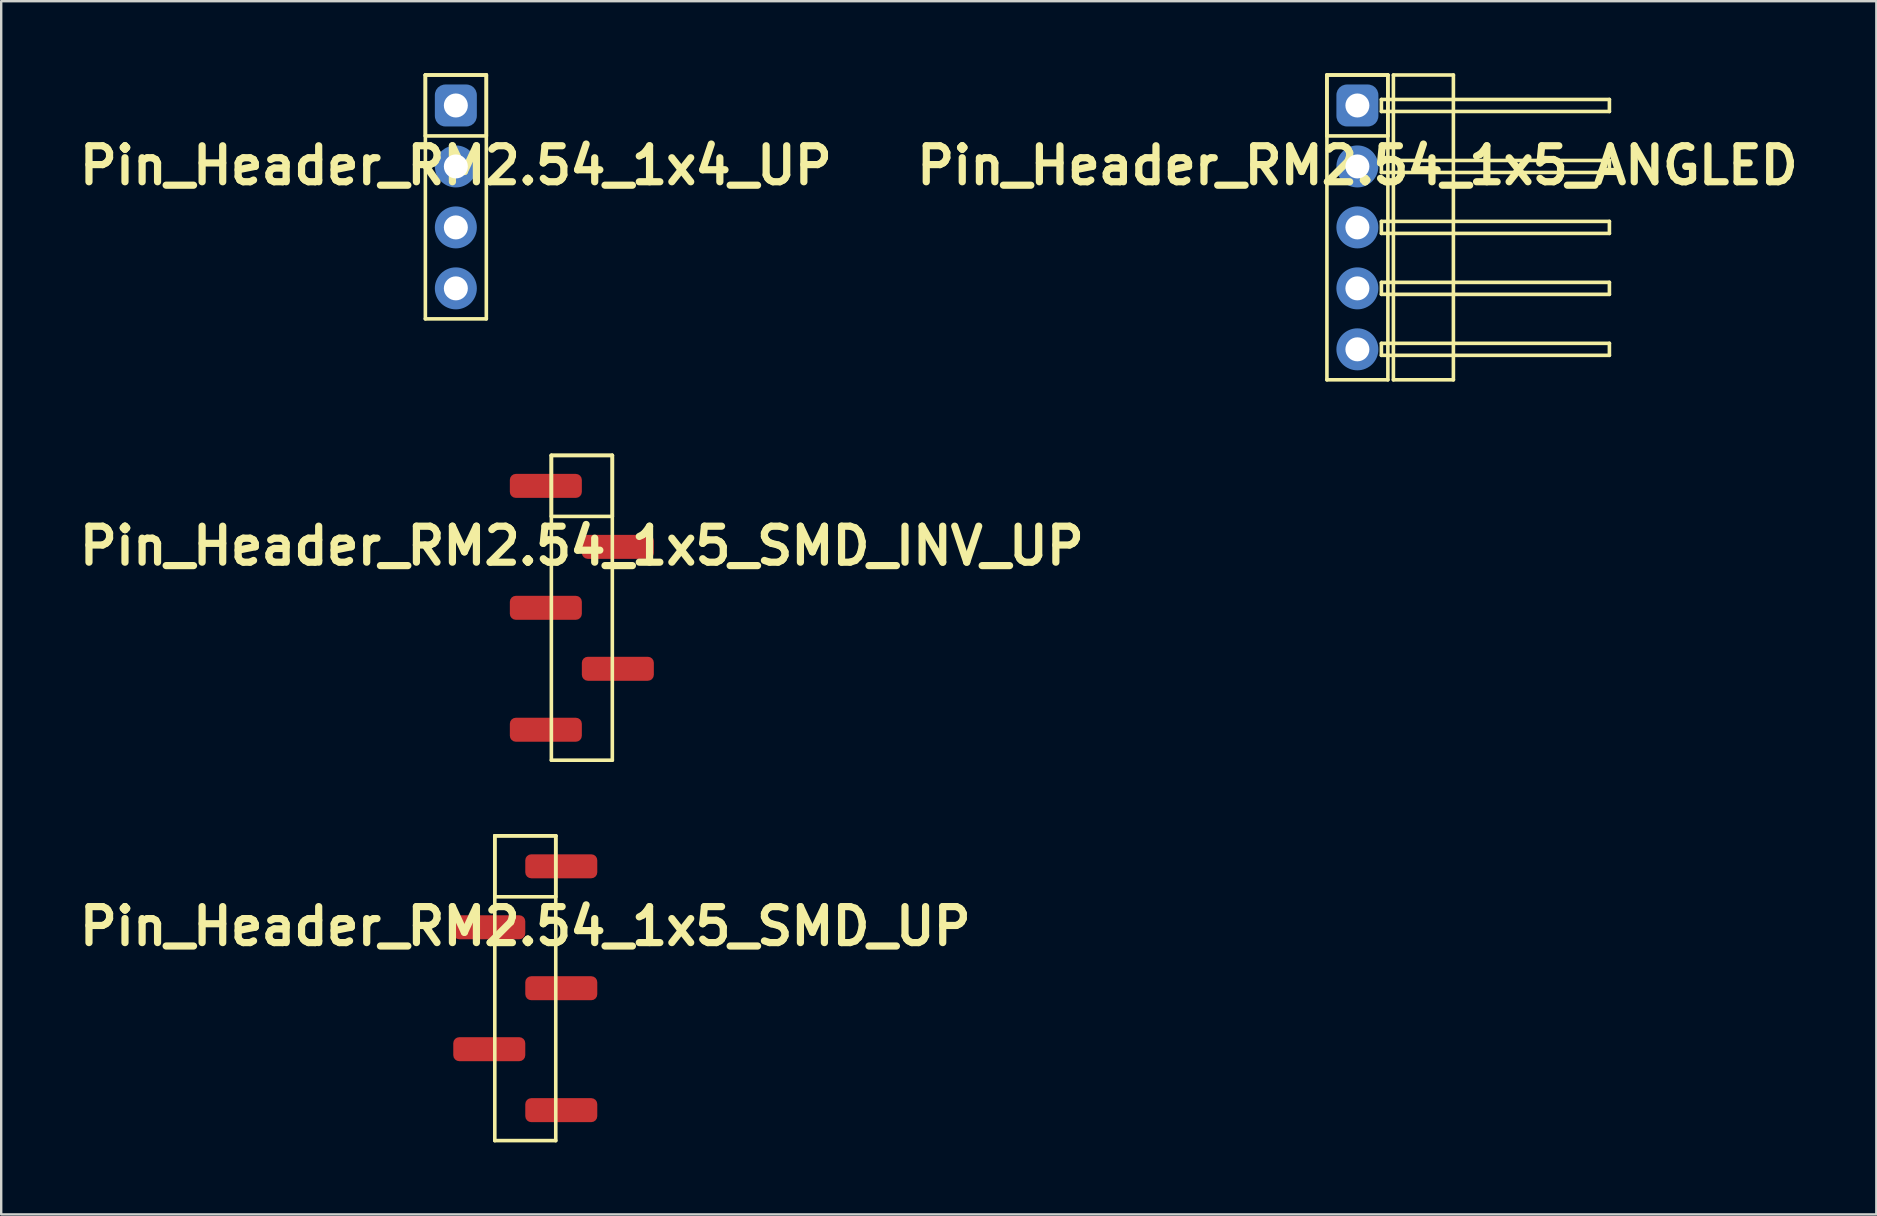
<source format=kicad_pcb>
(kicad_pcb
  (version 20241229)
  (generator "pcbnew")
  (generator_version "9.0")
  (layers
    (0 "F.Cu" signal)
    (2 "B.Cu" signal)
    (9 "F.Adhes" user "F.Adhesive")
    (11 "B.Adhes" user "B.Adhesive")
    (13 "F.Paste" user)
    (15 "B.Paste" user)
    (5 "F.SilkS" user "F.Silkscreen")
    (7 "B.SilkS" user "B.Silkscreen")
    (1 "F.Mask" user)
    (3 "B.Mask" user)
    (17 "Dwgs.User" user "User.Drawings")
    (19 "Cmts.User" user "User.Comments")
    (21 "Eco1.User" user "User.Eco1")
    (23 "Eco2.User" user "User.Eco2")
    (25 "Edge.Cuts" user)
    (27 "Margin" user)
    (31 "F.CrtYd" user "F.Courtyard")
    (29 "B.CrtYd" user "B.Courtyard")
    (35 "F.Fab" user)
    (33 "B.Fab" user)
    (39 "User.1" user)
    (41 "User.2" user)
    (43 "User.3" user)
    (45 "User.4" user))
  (footprint "Pin_Header_RM2.54_1x4_UP"
    (layer "F.Cu")
    (at 15.943 1.345)
    (property "Reference" "Pin_Header_RM2.54_1x4_UP" (at 0 2.5 0) (layer "F.SilkS") (effects (font (size 1.5 1.5) (thickness 0.3))))
    (attr through_hole)
    (fp_line (start -1.27 -1.27) (end 1.27 -1.27) (stroke (width 0.15) (type solid)) (layer "F.SilkS"))
    (fp_line (start -1.27 -1.27) (end 1.27 -1.27) (stroke (width 0.15) (type solid)) (layer "F.SilkS"))
    (fp_line (start -1.27 1.27) (end -1.27 -1.27) (stroke (width 0.15) (type solid)) (layer "F.SilkS"))
    (fp_line (start -1.27 8.89) (end -1.27 -1.27) (stroke (width 0.15) (type solid)) (layer "F.SilkS"))
    (fp_line (start 1.27 -1.27) (end 1.27 1.27) (stroke (width 0.15) (type solid)) (layer "F.SilkS"))
    (fp_line (start 1.27 -1.27) (end 1.27 8.89) (stroke (width 0.15) (type solid)) (layer "F.SilkS"))
    (fp_line (start 1.27 1.27) (end -1.27 1.27) (stroke (width 0.15) (type solid)) (layer "F.SilkS"))
    (fp_line (start 1.27 8.89) (end -1.27 8.89) (stroke (width 0.15) (type solid)) (layer "F.SilkS"))
    (pad "1" thru_hole circle (at 0 0) (size 1.3 1.3) (drill 1) (layers "*.Cu" "*.Mask"))
    (pad "1" smd roundrect (at 0 0) (size 1.5 1.5) (layers "F.Cu" "F.Mask") (roundrect_rratio 0.25))
    (pad "1" smd roundrect (at 0 0) (size 1.75 1.75) (layers "B.Cu" "B.Mask") (roundrect_rratio 0.25))
    (pad "2" thru_hole circle (at 0 2.54) (size 1.3 1.3) (drill 1) (layers "*.Cu" "*.Mask"))
    (pad "2" smd circle (at 0 2.54) (size 1.5 1.5) (layers "F.Cu" "F.Mask"))
    (pad "2" smd circle (at 0 2.54) (size 1.75 1.75) (layers "B.Cu" "B.Mask"))
    (pad "3" thru_hole circle (at 0 5.08) (size 1.3 1.3) (drill 1) (layers "*.Cu" "*.Mask"))
    (pad "3" smd circle (at 0 5.08) (size 1.5 1.5) (layers "F.Cu" "F.Mask"))
    (pad "3" smd circle (at 0 5.08) (size 1.75 1.75) (layers "B.Cu" "B.Mask"))
    (pad "4" thru_hole circle (at 0 7.62) (size 1.3 1.3) (drill 1) (layers "*.Cu" "*.Mask"))
    (pad "4" smd circle (at 0 7.62) (size 1.5 1.5) (layers "F.Cu" "F.Mask"))
    (pad "4" smd circle (at 0 7.62) (size 1.75 1.75) (layers "B.Cu" "B.Mask")))
  (footprint "Pin_Header_RM2.54_1x5_SMD_INV_UP"
    (layer "F.Cu")
    (at 21.193 17.195)
    (property "Reference" "Pin_Header_RM2.54_1x5_SMD_INV_UP" (at 0 2.5 0) (layer "F.SilkS") (effects (font (size 1.5 1.5) (thickness 0.3))))
    (attr through_hole)
    (fp_line (start -1.27 -1.27) (end 1.27 -1.27) (stroke (width 0.15) (type solid)) (layer "F.SilkS"))
    (fp_line (start -1.27 -1.27) (end 1.27 -1.27) (stroke (width 0.15) (type solid)) (layer "F.SilkS"))
    (fp_line (start -1.27 1.27) (end -1.27 -1.27) (stroke (width 0.15) (type solid)) (layer "F.SilkS"))
    (fp_line (start -1.27 11.43) (end -1.27 -1.27) (stroke (width 0.15) (type solid)) (layer "F.SilkS"))
    (fp_line (start 1.27 -1.27) (end 1.27 1.27) (stroke (width 0.15) (type solid)) (layer "F.SilkS"))
    (fp_line (start 1.27 -1.27) (end 1.27 11.43) (stroke (width 0.15) (type solid)) (layer "F.SilkS"))
    (fp_line (start 1.27 1.27) (end -1.27 1.27) (stroke (width 0.15) (type solid)) (layer "F.SilkS"))
    (fp_line (start 1.27 11.43) (end -1.27 11.43) (stroke (width 0.15) (type solid)) (layer "F.SilkS"))
    (pad "1" smd roundrect (at -1.5 0) (size 3 1) (layers "F.Cu" "F.Mask" "F.Paste") (roundrect_rratio 0.25))
    (pad "2" smd roundrect (at 1.5 2.54) (size 3 1) (layers "F.Cu" "F.Mask" "F.Paste") (roundrect_rratio 0.25))
    (pad "3" smd roundrect (at -1.5 5.08) (size 3 1) (layers "F.Cu" "F.Mask" "F.Paste") (roundrect_rratio 0.25))
    (pad "4" smd roundrect (at 1.5 7.62) (size 3 1) (layers "F.Cu" "F.Mask" "F.Paste") (roundrect_rratio 0.25))
    (pad "5" smd roundrect (at -1.5 10.16) (size 3 1) (layers "F.Cu" "F.Mask" "F.Paste") (roundrect_rratio 0.25)))
  (footprint "Pin_Header_RM2.54_1x5_ANGLED"
    (layer "F.Cu")
    (at 53.507 1.345)
    (property "Reference" "Pin_Header_RM2.54_1x5_ANGLED" (at 0 2.5 0) (layer "F.SilkS") (effects (font (size 1.5 1.5) (thickness 0.3))))
    (attr through_hole)
    (fp_line (start -1.27 -1.27) (end 1.27 -1.27) (stroke (width 0.15) (type solid)) (layer "F.SilkS"))
    (fp_line (start -1.27 -1.27) (end 1.27 -1.27) (stroke (width 0.15) (type solid)) (layer "F.SilkS"))
    (fp_line (start -1.27 1.27) (end -1.27 -1.27) (stroke (width 0.15) (type solid)) (layer "F.SilkS"))
    (fp_line (start -1.27 11.43) (end -1.27 -1.27) (stroke (width 0.15) (type solid)) (layer "F.SilkS"))
    (fp_line (start 1 -0.25) (end 10.5 -0.25) (stroke (width 0.15) (type solid)) (layer "F.SilkS"))
    (fp_line (start 1 0.25) (end 1 -0.25) (stroke (width 0.15) (type solid)) (layer "F.SilkS"))
    (fp_line (start 1 2.29) (end 10.5 2.29) (stroke (width 0.15) (type solid)) (layer "F.SilkS"))
    (fp_line (start 1 2.79) (end 1 2.29) (stroke (width 0.15) (type solid)) (layer "F.SilkS"))
    (fp_line (start 1 4.83) (end 10.5 4.83) (stroke (width 0.15) (type solid)) (layer "F.SilkS"))
    (fp_line (start 1 5.33) (end 1 4.83) (stroke (width 0.15) (type solid)) (layer "F.SilkS"))
    (fp_line (start 1 7.37) (end 10.5 7.37) (stroke (width 0.15) (type solid)) (layer "F.SilkS"))
    (fp_line (start 1 7.87) (end 1 7.37) (stroke (width 0.15) (type solid)) (layer "F.SilkS"))
    (fp_line (start 1 9.91) (end 10.5 9.91) (stroke (width 0.15) (type solid)) (layer "F.SilkS"))
    (fp_line (start 1 10.41) (end 1 9.91) (stroke (width 0.15) (type solid)) (layer "F.SilkS"))
    (fp_line (start 1.27 -1.27) (end 1.27 1.27) (stroke (width 0.15) (type solid)) (layer "F.SilkS"))
    (fp_line (start 1.27 -1.27) (end 1.27 11.43) (stroke (width 0.15) (type solid)) (layer "F.SilkS"))
    (fp_line (start 1.27 1.27) (end -1.27 1.27) (stroke (width 0.15) (type solid)) (layer "F.SilkS"))
    (fp_line (start 1.27 11.43) (end -1.27 11.43) (stroke (width 0.15) (type solid)) (layer "F.SilkS"))
    (fp_line (start 1.5 -1.27) (end 4 -1.27) (stroke (width 0.15) (type solid)) (layer "F.SilkS"))
    (fp_line (start 1.5 11.43) (end 1.5 -1.27) (stroke (width 0.15) (type solid)) (layer "F.SilkS"))
    (fp_line (start 4 -1.27) (end 4 11.43) (stroke (width 0.15) (type solid)) (layer "F.SilkS"))
    (fp_line (start 4 11.43) (end 1.5 11.43) (stroke (width 0.15) (type solid)) (layer "F.SilkS"))
    (fp_line (start 10.5 -0.25) (end 10.5 0.25) (stroke (width 0.15) (type solid)) (layer "F.SilkS"))
    (fp_line (start 10.5 0.25) (end 1 0.25) (stroke (width 0.15) (type solid)) (layer "F.SilkS"))
    (fp_line (start 10.5 2.29) (end 10.5 2.79) (stroke (width 0.15) (type solid)) (layer "F.SilkS"))
    (fp_line (start 10.5 2.79) (end 1 2.79) (stroke (width 0.15) (type solid)) (layer "F.SilkS"))
    (fp_line (start 10.5 4.83) (end 10.5 5.33) (stroke (width 0.15) (type solid)) (layer "F.SilkS"))
    (fp_line (start 10.5 5.33) (end 1 5.33) (stroke (width 0.15) (type solid)) (layer "F.SilkS"))
    (fp_line (start 10.5 7.37) (end 10.5 7.87) (stroke (width 0.15) (type solid)) (layer "F.SilkS"))
    (fp_line (start 10.5 7.87) (end 1 7.87) (stroke (width 0.15) (type solid)) (layer "F.SilkS"))
    (fp_line (start 10.5 9.91) (end 10.5 10.41) (stroke (width 0.15) (type solid)) (layer "F.SilkS"))
    (fp_line (start 10.5 10.41) (end 1 10.41) (stroke (width 0.15) (type solid)) (layer "F.SilkS"))
    (pad "1" thru_hole circle (at 0 0) (size 1.3 1.3) (drill 1) (layers "*.Cu" "*.Mask"))
    (pad "1" smd roundrect (at 0 0) (size 1.5 1.5) (layers "F.Cu" "F.Mask") (roundrect_rratio 0.25))
    (pad "1" smd roundrect (at 0 0) (size 1.75 1.75) (layers "B.Cu" "B.Mask") (roundrect_rratio 0.25))
    (pad "2" thru_hole circle (at 0 2.54) (size 1.3 1.3) (drill 1) (layers "*.Cu" "*.Mask"))
    (pad "2" smd circle (at 0 2.54) (size 1.5 1.5) (layers "F.Cu" "F.Mask"))
    (pad "2" smd circle (at 0 2.54) (size 1.75 1.75) (layers "B.Cu" "B.Mask"))
    (pad "3" thru_hole circle (at 0 5.08) (size 1.3 1.3) (drill 1) (layers "*.Cu" "*.Mask"))
    (pad "3" smd circle (at 0 5.08) (size 1.5 1.5) (layers "F.Cu" "F.Mask"))
    (pad "3" smd circle (at 0 5.08) (size 1.75 1.75) (layers "B.Cu" "B.Mask"))
    (pad "4" thru_hole circle (at 0 7.62) (size 1.3 1.3) (drill 1) (layers "*.Cu" "*.Mask"))
    (pad "4" smd circle (at 0 7.62) (size 1.5 1.5) (layers "F.Cu" "F.Mask"))
    (pad "4" smd circle (at 0 7.62) (size 1.75 1.75) (layers "B.Cu" "B.Mask"))
    (pad "5" thru_hole circle (at 0 10.16) (size 1.3 1.3) (drill 1) (layers "*.Cu" "*.Mask"))
    (pad "5" smd circle (at 0 10.16) (size 1.5 1.5) (layers "F.Cu" "F.Mask"))
    (pad "5" smd circle (at 0 10.16) (size 1.75 1.75) (layers "B.Cu" "B.Mask")))
  (footprint "Pin_Header_RM2.54_1x5_SMD_UP"
    (layer "F.Cu")
    (at 18.836 33.045)
    (property "Reference" "Pin_Header_RM2.54_1x5_SMD_UP" (at 0 2.5 0) (layer "F.SilkS") (effects (font (size 1.5 1.5) (thickness 0.3))))
    (attr through_hole)
    (fp_line (start -1.27 -1.27) (end 1.27 -1.27) (stroke (width 0.15) (type solid)) (layer "F.SilkS"))
    (fp_line (start -1.27 -1.27) (end 1.27 -1.27) (stroke (width 0.15) (type solid)) (layer "F.SilkS"))
    (fp_line (start -1.27 1.27) (end -1.27 -1.27) (stroke (width 0.15) (type solid)) (layer "F.SilkS"))
    (fp_line (start -1.27 11.43) (end -1.27 -1.27) (stroke (width 0.15) (type solid)) (layer "F.SilkS"))
    (fp_line (start 1.27 -1.27) (end 1.27 1.27) (stroke (width 0.15) (type solid)) (layer "F.SilkS"))
    (fp_line (start 1.27 -1.27) (end 1.27 11.43) (stroke (width 0.15) (type solid)) (layer "F.SilkS"))
    (fp_line (start 1.27 1.27) (end -1.27 1.27) (stroke (width 0.15) (type solid)) (layer "F.SilkS"))
    (fp_line (start 1.27 11.43) (end -1.27 11.43) (stroke (width 0.15) (type solid)) (layer "F.SilkS"))
    (pad "1" smd roundrect (at 1.5 0) (size 3 1) (layers "F.Cu" "F.Mask" "F.Paste") (roundrect_rratio 0.25))
    (pad "2" smd roundrect (at -1.5 2.54) (size 3 1) (layers "F.Cu" "F.Mask" "F.Paste") (roundrect_rratio 0.25))
    (pad "3" smd roundrect (at 1.5 5.08) (size 3 1) (layers "F.Cu" "F.Mask" "F.Paste") (roundrect_rratio 0.25))
    (pad "4" smd roundrect (at -1.5 7.62) (size 3 1) (layers "F.Cu" "F.Mask" "F.Paste") (roundrect_rratio 0.25))
    (pad "5" smd roundrect (at 1.5 10.16) (size 3 1) (layers "F.Cu" "F.Mask" "F.Paste") (roundrect_rratio 0.25)))
  (gr_rect
    (start -3 -3)
    (end 75.129 47.55)
    (stroke (width 0.1) (type default))
    (fill no)
    (layer "Edge.Cuts")))
</source>
